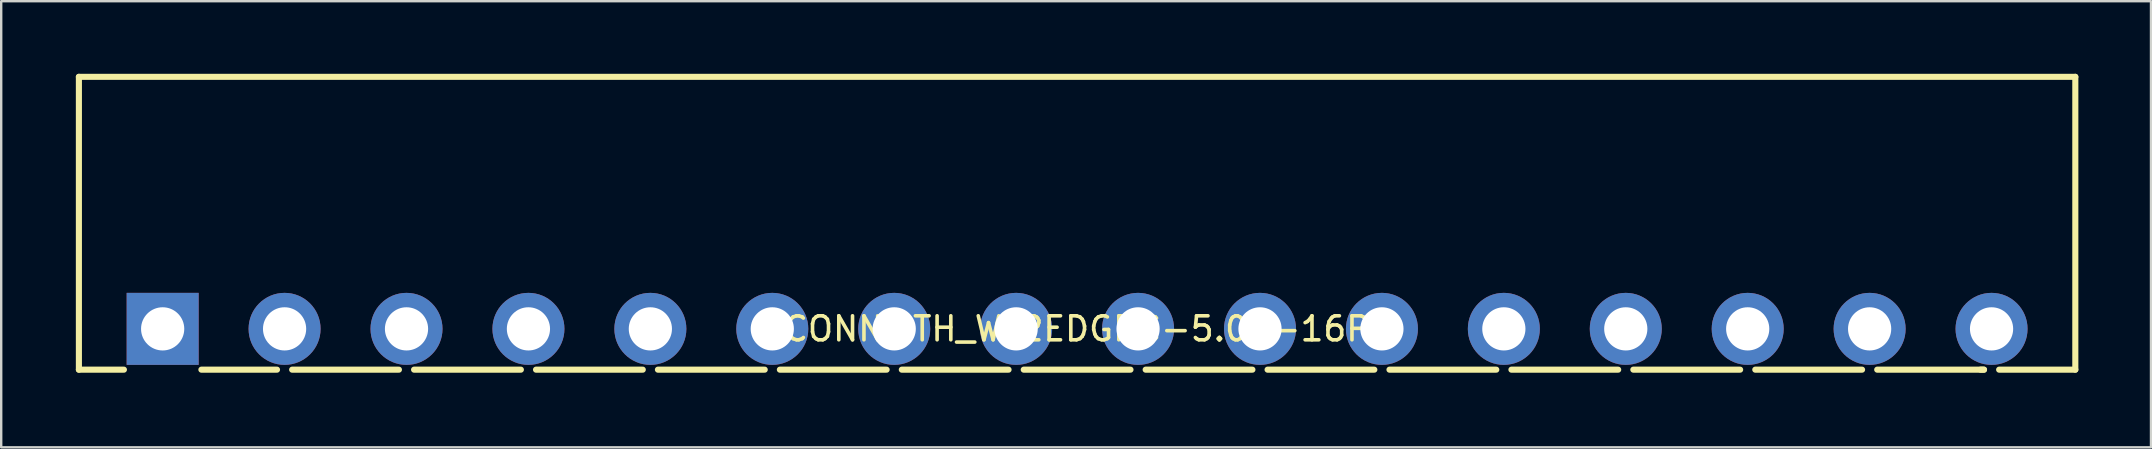
<source format=kicad_pcb>
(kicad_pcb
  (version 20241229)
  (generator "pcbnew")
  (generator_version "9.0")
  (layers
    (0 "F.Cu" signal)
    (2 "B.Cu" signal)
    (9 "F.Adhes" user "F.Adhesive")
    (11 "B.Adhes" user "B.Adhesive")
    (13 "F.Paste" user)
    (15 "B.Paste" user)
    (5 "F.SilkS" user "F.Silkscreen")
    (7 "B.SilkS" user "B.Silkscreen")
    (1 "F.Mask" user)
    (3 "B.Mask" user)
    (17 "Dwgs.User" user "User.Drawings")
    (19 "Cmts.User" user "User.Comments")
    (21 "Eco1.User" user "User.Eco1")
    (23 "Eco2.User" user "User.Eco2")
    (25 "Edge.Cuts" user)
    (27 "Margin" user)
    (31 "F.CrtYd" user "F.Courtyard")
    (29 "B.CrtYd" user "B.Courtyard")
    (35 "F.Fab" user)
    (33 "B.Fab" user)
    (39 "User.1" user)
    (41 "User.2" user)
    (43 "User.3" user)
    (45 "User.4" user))
  (footprint "CONN-TH_WJ2EDGRC-5.08-16P"
    (layer "F.Cu")
    (at 41.827 10.652)
    (property "Reference" "CONN-TH_WJ2EDGRC-5.08-16P" (at 0 0 0) (unlocked yes) (layer "F.SilkS") (effects (font (size 1 1) (thickness 0.15))))
    (fp_line (start -41.59 -10.5) (end -41.59 1.7) (stroke (width 0.254) (type default)) (layer "F.SilkS"))
    (fp_line (start -41.59 -10.5) (end 41.59 -10.5) (stroke (width 0.254) (type default)) (layer "F.SilkS"))
    (fp_line (start -41.59 1.7) (end -39.714 1.7) (stroke (width 0.254) (type default)) (layer "F.SilkS"))
    (fp_line (start -36.486 1.7) (end -33.336 1.7) (stroke (width 0.254) (type default)) (layer "F.SilkS"))
    (fp_line (start -32.705 1.7) (end -28.256 1.7) (stroke (width 0.254) (type default)) (layer "F.SilkS"))
    (fp_line (start -27.625 1.7) (end -23.175 1.7) (stroke (width 0.254) (type default)) (layer "F.SilkS"))
    (fp_line (start -22.544 1.7) (end -18.096 1.7) (stroke (width 0.254) (type default)) (layer "F.SilkS"))
    (fp_line (start -17.465 1.7) (end -13.015 1.7) (stroke (width 0.254) (type default)) (layer "F.SilkS"))
    (fp_line (start -12.384 1.7) (end -7.936 1.7) (stroke (width 0.254) (type default)) (layer "F.SilkS"))
    (fp_line (start -7.304 1.7) (end -2.856 1.7) (stroke (width 0.254) (type default)) (layer "F.SilkS"))
    (fp_line (start -2.224 1.7) (end 2.224 1.7) (stroke (width 0.254) (type default)) (layer "F.SilkS"))
    (fp_line (start 2.856 1.7) (end 7.304 1.7) (stroke (width 0.254) (type default)) (layer "F.SilkS"))
    (fp_line (start 7.936 1.7) (end 12.384 1.7) (stroke (width 0.254) (type default)) (layer "F.SilkS"))
    (fp_line (start 13.015 1.7) (end 17.465 1.7) (stroke (width 0.254) (type default)) (layer "F.SilkS"))
    (fp_line (start 18.096 1.7) (end 22.544 1.7) (stroke (width 0.254) (type default)) (layer "F.SilkS"))
    (fp_line (start 23.175 1.7) (end 27.625 1.7) (stroke (width 0.254) (type default)) (layer "F.SilkS"))
    (fp_line (start 28.256 1.7) (end 32.705 1.7) (stroke (width 0.254) (type default)) (layer "F.SilkS"))
    (fp_line (start 33.336 1.7) (end 37.785 1.7) (stroke (width 0.254) (type default)) (layer "F.SilkS"))
    (fp_line (start 37.785 1.7) (end 37.641 1.7) (stroke (width 0.254) (type default)) (layer "F.SilkS"))
    (fp_line (start 41.59 -10.5) (end 41.59 1.7) (stroke (width 0.254) (type default)) (layer "F.SilkS"))
    (fp_line (start 41.59 1.7) (end 38.416 1.7) (stroke (width 0.254) (type default)) (layer "F.SilkS"))
    (fp_poly (pts (xy -37.3 0) (xy -37.32 -0.178) (xy -37.379 -0.347) (xy -37.475 -0.499) (xy -37.601 -0.625) (xy -37.753 -0.721) (xy -37.922 -0.78) (xy -38.1 -0.8) (xy -38.278 -0.78) (xy -38.447 -0.721) (xy -38.599 -0.625) (xy -38.725 -0.499) (xy -38.821 -0.347) (xy -38.88 -0.178) (xy -38.9 0) (xy -38.88 0.178) (xy -38.821 0.347) (xy -38.725 0.499) (xy -38.599 0.625) (xy -38.447 0.721) (xy -38.278 0.78) (xy -38.1 0.8) (xy -37.922 0.78) (xy -37.753 0.721) (xy -37.601 0.625) (xy -37.475 0.499) (xy -37.379 0.347) (xy -37.32 0.178)) (stroke (width 0.1) (type default)) (fill no) (layer "User.1"))
    (fp_poly (pts (xy -32.22 0) (xy -32.24 -0.178) (xy -32.299 -0.347) (xy -32.395 -0.499) (xy -32.521 -0.625) (xy -32.673 -0.721) (xy -32.842 -0.78) (xy -33.02 -0.8) (xy -33.198 -0.78) (xy -33.367 -0.721) (xy -33.519 -0.625) (xy -33.645 -0.499) (xy -33.741 -0.347) (xy -33.8 -0.178) (xy -33.82 0) (xy -33.8 0.178) (xy -33.741 0.347) (xy -33.645 0.499) (xy -33.519 0.625) (xy -33.367 0.721) (xy -33.198 0.78) (xy -33.02 0.8) (xy -32.842 0.78) (xy -32.673 0.721) (xy -32.521 0.625) (xy -32.395 0.499) (xy -32.299 0.347) (xy -32.24 0.178)) (stroke (width 0.1) (type default)) (fill no) (layer "User.1"))
    (fp_poly (pts (xy -27.14 0) (xy -27.16 -0.178) (xy -27.219 -0.347) (xy -27.315 -0.499) (xy -27.441 -0.625) (xy -27.593 -0.721) (xy -27.762 -0.78) (xy -27.94 -0.8) (xy -28.118 -0.78) (xy -28.287 -0.721) (xy -28.439 -0.625) (xy -28.565 -0.499) (xy -28.661 -0.347) (xy -28.72 -0.178) (xy -28.74 0) (xy -28.72 0.178) (xy -28.661 0.347) (xy -28.565 0.499) (xy -28.439 0.625) (xy -28.287 0.721) (xy -28.118 0.78) (xy -27.94 0.8) (xy -27.762 0.78) (xy -27.593 0.721) (xy -27.441 0.625) (xy -27.315 0.499) (xy -27.219 0.347) (xy -27.16 0.178)) (stroke (width 0.1) (type default)) (fill no) (layer "User.1"))
    (fp_poly (pts (xy -22.06 0) (xy -22.08 -0.178) (xy -22.139 -0.347) (xy -22.235 -0.499) (xy -22.361 -0.625) (xy -22.513 -0.721) (xy -22.682 -0.78) (xy -22.86 -0.8) (xy -23.038 -0.78) (xy -23.207 -0.721) (xy -23.359 -0.625) (xy -23.485 -0.499) (xy -23.581 -0.347) (xy -23.64 -0.178) (xy -23.66 0) (xy -23.64 0.178) (xy -23.581 0.347) (xy -23.485 0.499) (xy -23.359 0.625) (xy -23.207 0.721) (xy -23.038 0.78) (xy -22.86 0.8) (xy -22.682 0.78) (xy -22.513 0.721) (xy -22.361 0.625) (xy -22.235 0.499) (xy -22.139 0.347) (xy -22.08 0.178)) (stroke (width 0.1) (type default)) (fill no) (layer "User.1"))
    (fp_poly (pts (xy -16.98 0) (xy -17 -0.178) (xy -17.059 -0.347) (xy -17.155 -0.499) (xy -17.281 -0.625) (xy -17.433 -0.721) (xy -17.602 -0.78) (xy -17.78 -0.8) (xy -17.958 -0.78) (xy -18.127 -0.721) (xy -18.279 -0.625) (xy -18.405 -0.499) (xy -18.501 -0.347) (xy -18.56 -0.178) (xy -18.58 0) (xy -18.56 0.178) (xy -18.501 0.347) (xy -18.405 0.499) (xy -18.279 0.625) (xy -18.127 0.721) (xy -17.958 0.78) (xy -17.78 0.8) (xy -17.602 0.78) (xy -17.433 0.721) (xy -17.281 0.625) (xy -17.155 0.499) (xy -17.059 0.347) (xy -17 0.178)) (stroke (width 0.1) (type default)) (fill no) (layer "User.1"))
    (fp_poly (pts (xy -11.9 0) (xy -11.92 -0.178) (xy -11.979 -0.347) (xy -12.075 -0.499) (xy -12.201 -0.625) (xy -12.353 -0.721) (xy -12.522 -0.78) (xy -12.7 -0.8) (xy -12.878 -0.78) (xy -13.047 -0.721) (xy -13.199 -0.625) (xy -13.325 -0.499) (xy -13.421 -0.347) (xy -13.48 -0.178) (xy -13.5 0) (xy -13.48 0.178) (xy -13.421 0.347) (xy -13.325 0.499) (xy -13.199 0.625) (xy -13.047 0.721) (xy -12.878 0.78) (xy -12.7 0.8) (xy -12.522 0.78) (xy -12.353 0.721) (xy -12.201 0.625) (xy -12.075 0.499) (xy -11.979 0.347) (xy -11.92 0.178)) (stroke (width 0.1) (type default)) (fill no) (layer "User.1"))
    (fp_poly (pts (xy -6.82 0) (xy -6.84 -0.178) (xy -6.899 -0.347) (xy -6.995 -0.499) (xy -7.121 -0.625) (xy -7.273 -0.721) (xy -7.442 -0.78) (xy -7.62 -0.8) (xy -7.798 -0.78) (xy -7.967 -0.721) (xy -8.119 -0.625) (xy -8.245 -0.499) (xy -8.341 -0.347) (xy -8.4 -0.178) (xy -8.42 0) (xy -8.4 0.178) (xy -8.341 0.347) (xy -8.245 0.499) (xy -8.119 0.625) (xy -7.967 0.721) (xy -7.798 0.78) (xy -7.62 0.8) (xy -7.442 0.78) (xy -7.273 0.721) (xy -7.121 0.625) (xy -6.995 0.499) (xy -6.899 0.347) (xy -6.84 0.178)) (stroke (width 0.1) (type default)) (fill no) (layer "User.1"))
    (fp_poly (pts (xy -1.74 0) (xy -1.76 -0.178) (xy -1.819 -0.347) (xy -1.915 -0.499) (xy -2.041 -0.625) (xy -2.193 -0.721) (xy -2.362 -0.78) (xy -2.54 -0.8) (xy -2.718 -0.78) (xy -2.887 -0.721) (xy -3.039 -0.625) (xy -3.165 -0.499) (xy -3.261 -0.347) (xy -3.32 -0.178) (xy -3.34 0) (xy -3.32 0.178) (xy -3.261 0.347) (xy -3.165 0.499) (xy -3.039 0.625) (xy -2.887 0.721) (xy -2.718 0.78) (xy -2.54 0.8) (xy -2.362 0.78) (xy -2.193 0.721) (xy -2.041 0.625) (xy -1.915 0.499) (xy -1.819 0.347) (xy -1.76 0.178)) (stroke (width 0.1) (type default)) (fill no) (layer "User.1"))
    (fp_poly (pts (xy 3.34 0) (xy 3.32 -0.178) (xy 3.261 -0.347) (xy 3.165 -0.499) (xy 3.039 -0.625) (xy 2.887 -0.721) (xy 2.718 -0.78) (xy 2.54 -0.8) (xy 2.362 -0.78) (xy 2.193 -0.721) (xy 2.041 -0.625) (xy 1.915 -0.499) (xy 1.819 -0.347) (xy 1.76 -0.178) (xy 1.74 0) (xy 1.76 0.178) (xy 1.819 0.347) (xy 1.915 0.499) (xy 2.041 0.625) (xy 2.193 0.721) (xy 2.362 0.78) (xy 2.54 0.8) (xy 2.718 0.78) (xy 2.887 0.721) (xy 3.039 0.625) (xy 3.165 0.499) (xy 3.261 0.347) (xy 3.32 0.178)) (stroke (width 0.1) (type default)) (fill no) (layer "User.1"))
    (fp_poly (pts (xy 8.42 0) (xy 8.4 -0.178) (xy 8.341 -0.347) (xy 8.245 -0.499) (xy 8.119 -0.625) (xy 7.967 -0.721) (xy 7.798 -0.78) (xy 7.62 -0.8) (xy 7.442 -0.78) (xy 7.273 -0.721) (xy 7.121 -0.625) (xy 6.995 -0.499) (xy 6.899 -0.347) (xy 6.84 -0.178) (xy 6.82 0) (xy 6.84 0.178) (xy 6.899 0.347) (xy 6.995 0.499) (xy 7.121 0.625) (xy 7.273 0.721) (xy 7.442 0.78) (xy 7.62 0.8) (xy 7.798 0.78) (xy 7.967 0.721) (xy 8.119 0.625) (xy 8.245 0.499) (xy 8.341 0.347) (xy 8.4 0.178)) (stroke (width 0.1) (type default)) (fill no) (layer "User.1"))
    (fp_poly (pts (xy 13.5 0) (xy 13.48 -0.178) (xy 13.421 -0.347) (xy 13.325 -0.499) (xy 13.199 -0.625) (xy 13.047 -0.721) (xy 12.878 -0.78) (xy 12.7 -0.8) (xy 12.522 -0.78) (xy 12.353 -0.721) (xy 12.201 -0.625) (xy 12.075 -0.499) (xy 11.979 -0.347) (xy 11.92 -0.178) (xy 11.9 0) (xy 11.92 0.178) (xy 11.979 0.347) (xy 12.075 0.499) (xy 12.201 0.625) (xy 12.353 0.721) (xy 12.522 0.78) (xy 12.7 0.8) (xy 12.878 0.78) (xy 13.047 0.721) (xy 13.199 0.625) (xy 13.325 0.499) (xy 13.421 0.347) (xy 13.48 0.178)) (stroke (width 0.1) (type default)) (fill no) (layer "User.1"))
    (fp_poly (pts (xy 18.58 0) (xy 18.56 -0.178) (xy 18.501 -0.347) (xy 18.405 -0.499) (xy 18.279 -0.625) (xy 18.127 -0.721) (xy 17.958 -0.78) (xy 17.78 -0.8) (xy 17.602 -0.78) (xy 17.433 -0.721) (xy 17.281 -0.625) (xy 17.155 -0.499) (xy 17.059 -0.347) (xy 17 -0.178) (xy 16.98 0) (xy 17 0.178) (xy 17.059 0.347) (xy 17.155 0.499) (xy 17.281 0.625) (xy 17.433 0.721) (xy 17.602 0.78) (xy 17.78 0.8) (xy 17.958 0.78) (xy 18.127 0.721) (xy 18.279 0.625) (xy 18.405 0.499) (xy 18.501 0.347) (xy 18.56 0.178)) (stroke (width 0.1) (type default)) (fill no) (layer "User.1"))
    (fp_poly (pts (xy 23.66 0) (xy 23.64 -0.178) (xy 23.581 -0.347) (xy 23.485 -0.499) (xy 23.359 -0.625) (xy 23.207 -0.721) (xy 23.038 -0.78) (xy 22.86 -0.8) (xy 22.682 -0.78) (xy 22.513 -0.721) (xy 22.361 -0.625) (xy 22.235 -0.499) (xy 22.139 -0.347) (xy 22.08 -0.178) (xy 22.06 0) (xy 22.08 0.178) (xy 22.139 0.347) (xy 22.235 0.499) (xy 22.361 0.625) (xy 22.513 0.721) (xy 22.682 0.78) (xy 22.86 0.8) (xy 23.038 0.78) (xy 23.207 0.721) (xy 23.359 0.625) (xy 23.485 0.499) (xy 23.581 0.347) (xy 23.64 0.178)) (stroke (width 0.1) (type default)) (fill no) (layer "User.1"))
    (fp_poly (pts (xy 28.74 0) (xy 28.72 -0.178) (xy 28.661 -0.347) (xy 28.565 -0.499) (xy 28.439 -0.625) (xy 28.287 -0.721) (xy 28.118 -0.78) (xy 27.94 -0.8) (xy 27.762 -0.78) (xy 27.593 -0.721) (xy 27.441 -0.625) (xy 27.315 -0.499) (xy 27.219 -0.347) (xy 27.16 -0.178) (xy 27.14 0) (xy 27.16 0.178) (xy 27.219 0.347) (xy 27.315 0.499) (xy 27.441 0.625) (xy 27.593 0.721) (xy 27.762 0.78) (xy 27.94 0.8) (xy 28.118 0.78) (xy 28.287 0.721) (xy 28.439 0.625) (xy 28.565 0.499) (xy 28.661 0.347) (xy 28.72 0.178)) (stroke (width 0.1) (type default)) (fill no) (layer "User.1"))
    (fp_poly (pts (xy 33.82 0) (xy 33.8 -0.178) (xy 33.741 -0.347) (xy 33.645 -0.499) (xy 33.519 -0.625) (xy 33.367 -0.721) (xy 33.198 -0.78) (xy 33.02 -0.8) (xy 32.842 -0.78) (xy 32.673 -0.721) (xy 32.521 -0.625) (xy 32.395 -0.499) (xy 32.299 -0.347) (xy 32.24 -0.178) (xy 32.22 0) (xy 32.24 0.178) (xy 32.299 0.347) (xy 32.395 0.499) (xy 32.521 0.625) (xy 32.673 0.721) (xy 32.842 0.78) (xy 33.02 0.8) (xy 33.198 0.78) (xy 33.367 0.721) (xy 33.519 0.625) (xy 33.645 0.499) (xy 33.741 0.347) (xy 33.8 0.178)) (stroke (width 0.1) (type default)) (fill no) (layer "User.1"))
    (fp_poly (pts (xy 38.9 0) (xy 38.88 -0.178) (xy 38.821 -0.347) (xy 38.725 -0.499) (xy 38.599 -0.625) (xy 38.447 -0.721) (xy 38.278 -0.78) (xy 38.1 -0.8) (xy 37.922 -0.78) (xy 37.753 -0.721) (xy 37.601 -0.625) (xy 37.475 -0.499) (xy 37.379 -0.347) (xy 37.32 -0.178) (xy 37.3 0) (xy 37.32 0.178) (xy 37.379 0.347) (xy 37.475 0.499) (xy 37.601 0.625) (xy 37.753 0.721) (xy 37.922 0.78) (xy 38.1 0.8) (xy 38.278 0.78) (xy 38.447 0.721) (xy 38.599 0.625) (xy 38.725 0.499) (xy 38.821 0.347) (xy 38.88 0.178)) (stroke (width 0.1) (type default)) (fill no) (layer "User.1"))
    (fp_line (start -41.717 -10.627) (end 41.717 -10.627) (stroke (width 0.051) (type default)) (layer "User.2"))
    (fp_line (start -41.717 1.827) (end -41.717 -10.627) (stroke (width 0.051) (type default)) (layer "User.2"))
    (fp_line (start 41.717 -10.627) (end 41.717 1.827) (stroke (width 0.051) (type default)) (layer "User.2"))
    (fp_line (start 41.717 1.827) (end -41.717 1.827) (stroke (width 0.051) (type default)) (layer "User.2"))
    (fp_poly (pts (xy -41.657 1.827) (xy -41.675 1.785) (xy -41.717 1.767) (xy -41.759 1.785) (xy -41.777 1.827) (xy -41.759 1.869) (xy -41.717 1.887) (xy -41.675 1.869)) (stroke (width 0.1) (type default)) (fill no) (layer "User.3"))
    (pad "1" thru_hole rect (at -38.1 0) (size 3 3) (drill 1.8) (layers "*.Cu" "*.Mask"))
    (pad "2" thru_hole circle (at -33.02 0) (size 3 3) (drill 1.8) (layers "*.Cu" "*.Mask"))
    (pad "3" thru_hole circle (at -27.94 0) (size 3 3) (drill 1.8) (layers "*.Cu" "*.Mask"))
    (pad "4" thru_hole circle (at -22.86 0) (size 3 3) (drill 1.8) (layers "*.Cu" "*.Mask"))
    (pad "5" thru_hole circle (at -17.78 0) (size 3 3) (drill 1.8) (layers "*.Cu" "*.Mask"))
    (pad "6" thru_hole circle (at -12.7 0) (size 3 3) (drill 1.8) (layers "*.Cu" "*.Mask"))
    (pad "7" thru_hole circle (at -7.62 0) (size 3 3) (drill 1.8) (layers "*.Cu" "*.Mask"))
    (pad "8" thru_hole circle (at -2.54 0) (size 3 3) (drill 1.8) (layers "*.Cu" "*.Mask"))
    (pad "9" thru_hole circle (at 2.54 0) (size 3 3) (drill 1.8) (layers "*.Cu" "*.Mask"))
    (pad "10" thru_hole circle (at 7.62 0) (size 3 3) (drill 1.8) (layers "*.Cu" "*.Mask"))
    (pad "11" thru_hole circle (at 12.7 0) (size 3 3) (drill 1.8) (layers "*.Cu" "*.Mask"))
    (pad "12" thru_hole circle (at 17.78 0) (size 3 3) (drill 1.8) (layers "*.Cu" "*.Mask"))
    (pad "13" thru_hole circle (at 22.86 0) (size 3 3) (drill 1.8) (layers "*.Cu" "*.Mask"))
    (pad "14" thru_hole circle (at 27.94 0) (size 3 3) (drill 1.8) (layers "*.Cu" "*.Mask"))
    (pad "15" thru_hole circle (at 33.02 0) (size 3 3) (drill 1.8) (layers "*.Cu" "*.Mask"))
    (pad "16" thru_hole circle (at 38.1 0) (size 3 3) (drill 1.8) (layers "*.Cu" "*.Mask")))
  (gr_rect
    (start -3 -3)
    (end 86.57 15.589)
    (stroke (width 0.1) (type default))
    (fill no)
    (layer "Edge.Cuts")))
</source>
